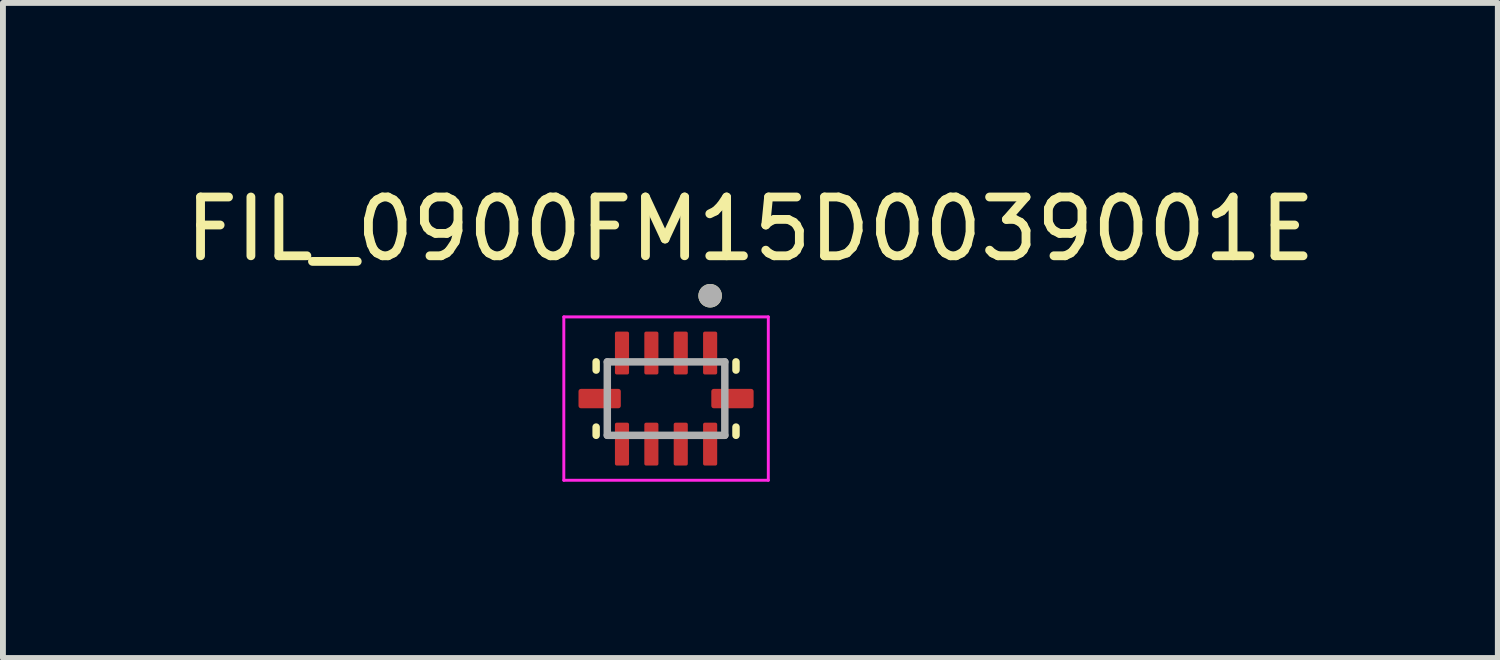
<source format=kicad_pcb>
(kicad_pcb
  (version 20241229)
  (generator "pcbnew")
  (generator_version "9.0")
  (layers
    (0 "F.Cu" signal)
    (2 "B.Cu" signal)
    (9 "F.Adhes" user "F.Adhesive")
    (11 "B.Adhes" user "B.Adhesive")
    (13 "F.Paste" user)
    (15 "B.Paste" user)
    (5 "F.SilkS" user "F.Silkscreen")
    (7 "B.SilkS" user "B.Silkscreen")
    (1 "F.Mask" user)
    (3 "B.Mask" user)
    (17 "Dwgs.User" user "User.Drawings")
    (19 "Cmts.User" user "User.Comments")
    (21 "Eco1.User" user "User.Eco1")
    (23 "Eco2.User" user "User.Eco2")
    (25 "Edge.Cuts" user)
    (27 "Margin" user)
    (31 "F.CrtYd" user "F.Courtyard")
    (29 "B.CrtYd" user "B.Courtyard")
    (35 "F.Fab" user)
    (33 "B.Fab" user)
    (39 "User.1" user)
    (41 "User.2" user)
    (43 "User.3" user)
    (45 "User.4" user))
  (footprint "FIL_0900FM15D0039001E"
    (layer "F.Cu")
    (at 8.285 3.733)
    (property "Reference" "FIL_0900FM15D0039001E" (at 1.435 -2.885 0) (layer "F.SilkS") (effects (font (size 1 1) (thickness 0.15))))
    (attr smd)
    (fp_line (start -1.19 -0.485) (end -1.19 -0.625) (stroke (width 0.127) (type solid)) (layer "F.SilkS"))
    (fp_line (start -1.19 0.485) (end -1.19 0.625) (stroke (width 0.127) (type solid)) (layer "F.SilkS"))
    (fp_line (start 1.19 -0.485) (end 1.19 -0.625) (stroke (width 0.127) (type solid)) (layer "F.SilkS"))
    (fp_line (start 1.19 0.485) (end 1.19 0.625) (stroke (width 0.127) (type solid)) (layer "F.SilkS"))
    (fp_circle (center 0.75 -1.75) (end 0.85 -1.75) (stroke (width 0.2) (type solid)) (fill no) (layer "F.SilkS"))
    (fp_line (start -1.74 -1.39) (end -1.74 1.39) (stroke (width 0.05) (type solid)) (layer "F.CrtYd"))
    (fp_line (start -1.74 1.39) (end 1.74 1.39) (stroke (width 0.05) (type solid)) (layer "F.CrtYd"))
    (fp_line (start 1.74 -1.39) (end -1.74 -1.39) (stroke (width 0.05) (type solid)) (layer "F.CrtYd"))
    (fp_line (start 1.74 1.39) (end 1.74 -1.39) (stroke (width 0.05) (type solid)) (layer "F.CrtYd"))
    (fp_line (start -1 -0.625) (end -1 0.625) (stroke (width 0.127) (type solid)) (layer "F.Fab"))
    (fp_line (start -1 0.625) (end 1 0.625) (stroke (width 0.127) (type solid)) (layer "F.Fab"))
    (fp_line (start 1 -0.625) (end -1 -0.625) (stroke (width 0.127) (type solid)) (layer "F.Fab"))
    (fp_line (start 1 0.625) (end 1 -0.625) (stroke (width 0.127) (type solid)) (layer "F.Fab"))
    (fp_circle (center 0.75 -1.75) (end 0.85 -1.75) (stroke (width 0.2) (type solid)) (fill no) (layer "F.Fab"))
    (pad "1" smd roundrect (at 0.75 -0.775) (size 0.24 0.73) (layers "F.Cu" "F.Mask" "F.Paste") (roundrect_rratio 0.125))
    (pad "2" smd roundrect (at 0.25 -0.775) (size 0.24 0.73) (layers "F.Cu" "F.Mask" "F.Paste") (roundrect_rratio 0.125))
    (pad "3" smd roundrect (at -0.25 -0.775) (size 0.24 0.73) (layers "F.Cu" "F.Mask" "F.Paste") (roundrect_rratio 0.125))
    (pad "4" smd roundrect (at -0.75 -0.775) (size 0.24 0.73) (layers "F.Cu" "F.Mask" "F.Paste") (roundrect_rratio 0.125))
    (pad "5" smd roundrect (at -1.13 0) (size 0.72 0.33) (layers "F.Cu" "F.Mask" "F.Paste") (roundrect_rratio 0.125))
    (pad "6" smd roundrect (at -0.75 0.775) (size 0.24 0.73) (layers "F.Cu" "F.Mask" "F.Paste") (roundrect_rratio 0.125))
    (pad "7" smd roundrect (at -0.25 0.775) (size 0.24 0.73) (layers "F.Cu" "F.Mask" "F.Paste") (roundrect_rratio 0.125))
    (pad "8" smd roundrect (at 0.25 0.775) (size 0.24 0.73) (layers "F.Cu" "F.Mask" "F.Paste") (roundrect_rratio 0.125))
    (pad "9" smd roundrect (at 0.75 0.775) (size 0.24 0.73) (layers "F.Cu" "F.Mask" "F.Paste") (roundrect_rratio 0.125))
    (pad "10" smd roundrect (at 1.13 0) (size 0.72 0.33) (layers "F.Cu" "F.Mask" "F.Paste") (roundrect_rratio 0.125)))
  (gr_rect
    (start -3 -3)
    (end 22.44 8.148)
    (stroke (width 0.1) (type default))
    (fill no)
    (layer "Edge.Cuts")))
</source>
